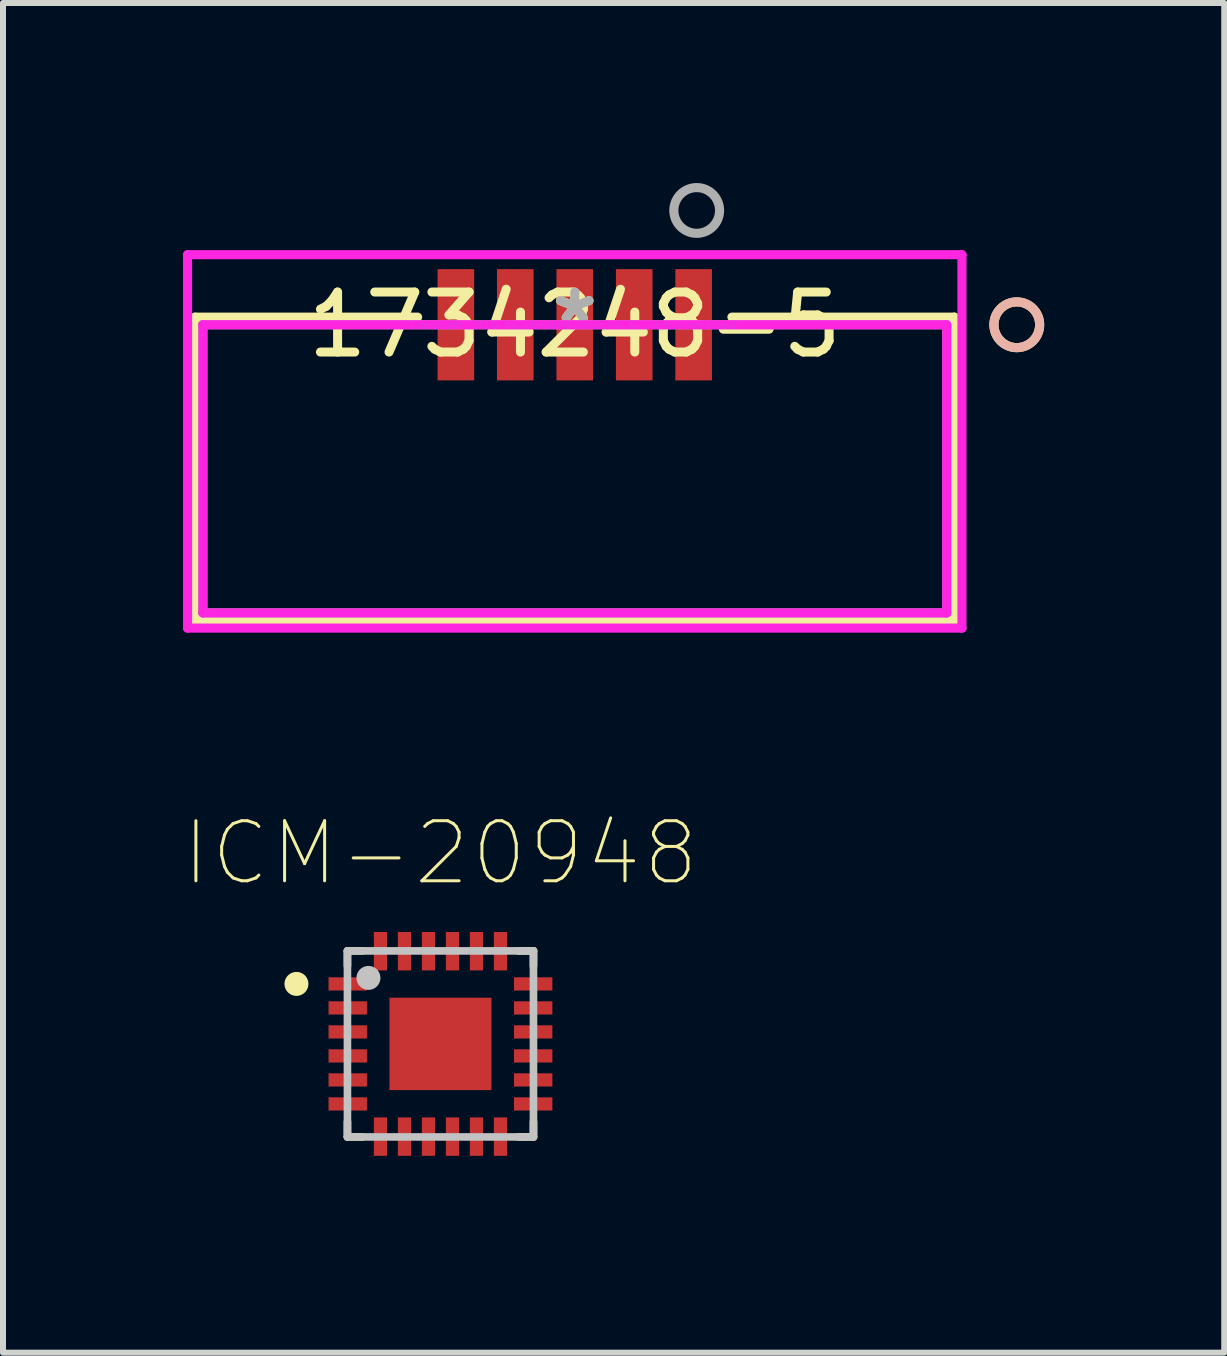
<source format=kicad_pcb>
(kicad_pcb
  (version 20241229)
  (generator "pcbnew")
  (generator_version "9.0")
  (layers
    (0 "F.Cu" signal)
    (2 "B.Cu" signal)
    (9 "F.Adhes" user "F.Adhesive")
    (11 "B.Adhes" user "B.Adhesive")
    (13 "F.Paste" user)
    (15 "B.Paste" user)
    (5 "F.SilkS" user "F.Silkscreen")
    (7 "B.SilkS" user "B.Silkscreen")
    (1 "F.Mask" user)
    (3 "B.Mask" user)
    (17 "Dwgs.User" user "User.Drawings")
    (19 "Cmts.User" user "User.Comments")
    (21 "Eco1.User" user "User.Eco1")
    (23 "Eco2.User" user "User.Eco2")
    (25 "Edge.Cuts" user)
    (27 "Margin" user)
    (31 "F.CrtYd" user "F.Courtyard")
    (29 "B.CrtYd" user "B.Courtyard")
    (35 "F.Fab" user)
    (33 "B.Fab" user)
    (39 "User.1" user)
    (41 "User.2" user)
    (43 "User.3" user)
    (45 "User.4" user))
  (footprint "ICM-20948"
    (layer "F.Cu")
    (at 4.29 14.346)
    (property "Reference" "ICM-20948" (at 0 -3.179 0) (layer "F.SilkS") (effects (font (size 1.001 1.001) (thickness 0.05))))
    (attr smd)
    (fp_line (start -1.55 -1.55) (end -1.55 -1.3) (stroke (width 0.127) (type solid)) (layer "F.SilkS"))
    (fp_line (start -1.55 1.3) (end -1.55 1.55) (stroke (width 0.127) (type solid)) (layer "F.SilkS"))
    (fp_line (start -1.55 1.55) (end -1.3 1.55) (stroke (width 0.127) (type solid)) (layer "F.SilkS"))
    (fp_line (start -1.3 -1.55) (end -1.55 -1.55) (stroke (width 0.127) (type solid)) (layer "F.SilkS"))
    (fp_line (start 1.3 -1.55) (end 1.55 -1.55) (stroke (width 0.127) (type solid)) (layer "F.SilkS"))
    (fp_line (start 1.55 -1.55) (end 1.55 -1.3) (stroke (width 0.127) (type solid)) (layer "F.SilkS"))
    (fp_line (start 1.55 1.3) (end 1.55 1.55) (stroke (width 0.127) (type solid)) (layer "F.SilkS"))
    (fp_line (start 1.55 1.55) (end 1.3 1.55) (stroke (width 0.127) (type solid)) (layer "F.SilkS"))
    (fp_circle (center -2.4 -1) (end -2.3 -1) (stroke (width 0.2) (type solid)) (fill no) (layer "F.SilkS"))
    (fp_poly (pts (xy -0.691 0.08) (xy -0.08 0.08) (xy -0.08 0.611) (xy -0.691 0.611)) (stroke (width 0) (type solid)) (fill yes) (layer "F.Paste"))
    (fp_poly (pts (xy -0.69 -0.61) (xy -0.08 -0.61) (xy -0.08 -0.08) (xy -0.69 -0.08)) (stroke (width 0) (type solid)) (fill yes) (layer "F.Paste"))
    (fp_poly (pts (xy 0.08 0.08) (xy 0.69 0.08) (xy 0.69 0.61) (xy 0.08 0.61)) (stroke (width 0) (type solid)) (fill yes) (layer "F.Paste"))
    (fp_poly (pts (xy 0.08 -0.61) (xy 0.69 -0.61) (xy 0.69 -0.08) (xy 0.08 -0.08)) (stroke (width 0) (type solid)) (fill yes) (layer "F.Paste"))
    (fp_line (start -1.55 -1.55) (end 1.55 -1.55) (stroke (width 0.127) (type solid)) (layer "Dwgs.User"))
    (fp_line (start -1.55 1.55) (end -1.55 -1.55) (stroke (width 0.127) (type solid)) (layer "Dwgs.User"))
    (fp_line (start 1.55 -1.55) (end 1.55 1.55) (stroke (width 0.127) (type solid)) (layer "Dwgs.User"))
    (fp_line (start 1.55 1.55) (end -1.55 1.55) (stroke (width 0.127) (type solid)) (layer "Dwgs.User"))
    (fp_circle (center -1.2 -1.1) (end -1.1 -1.1) (stroke (width 0.2) (type solid)) (fill no) (layer "Dwgs.User"))
    (fp_line (start -2.12 -2.12) (end 2.12 -2.12) (stroke (width 0.05) (type solid)) (layer "Eco1.User"))
    (fp_line (start -2.12 2.12) (end -2.12 -2.12) (stroke (width 0.05) (type solid)) (layer "Eco1.User"))
    (fp_line (start 2.12 -2.12) (end 2.12 2.12) (stroke (width 0.05) (type solid)) (layer "Eco1.User"))
    (fp_line (start 2.12 2.12) (end -2.12 2.12) (stroke (width 0.05) (type solid)) (layer "Eco1.User"))
    (pad "1" smd rect (at -1.545 -1) (size 0.64 0.22) (layers "F.Cu" "F.Mask" "F.Paste"))
    (pad "2" smd rect (at -1.545 -0.6) (size 0.64 0.22) (layers "F.Cu" "F.Mask" "F.Paste"))
    (pad "3" smd rect (at -1.545 -0.2) (size 0.64 0.22) (layers "F.Cu" "F.Mask" "F.Paste"))
    (pad "4" smd rect (at -1.545 0.2) (size 0.64 0.22) (layers "F.Cu" "F.Mask" "F.Paste"))
    (pad "5" smd rect (at -1.545 0.6) (size 0.64 0.22) (layers "F.Cu" "F.Mask" "F.Paste"))
    (pad "6" smd rect (at -1.545 1) (size 0.64 0.22) (layers "F.Cu" "F.Mask" "F.Paste"))
    (pad "7" smd rect (at -1 1.545 90) (size 0.64 0.22) (layers "F.Cu" "F.Mask" "F.Paste"))
    (pad "8" smd rect (at -0.6 1.545 90) (size 0.64 0.22) (layers "F.Cu" "F.Mask" "F.Paste"))
    (pad "9" smd rect (at -0.2 1.545 90) (size 0.64 0.22) (layers "F.Cu" "F.Mask" "F.Paste"))
    (pad "10" smd rect (at 0.2 1.545 90) (size 0.64 0.22) (layers "F.Cu" "F.Mask" "F.Paste"))
    (pad "11" smd rect (at 0.6 1.545 90) (size 0.64 0.22) (layers "F.Cu" "F.Mask" "F.Paste"))
    (pad "12" smd rect (at 1 1.545 90) (size 0.64 0.22) (layers "F.Cu" "F.Mask" "F.Paste"))
    (pad "13" smd rect (at 1.545 1 180) (size 0.64 0.22) (layers "F.Cu" "F.Mask" "F.Paste"))
    (pad "14" smd rect (at 1.545 0.6 180) (size 0.64 0.22) (layers "F.Cu" "F.Mask" "F.Paste"))
    (pad "15" smd rect (at 1.545 0.2 180) (size 0.64 0.22) (layers "F.Cu" "F.Mask" "F.Paste"))
    (pad "16" smd rect (at 1.545 -0.2 180) (size 0.64 0.22) (layers "F.Cu" "F.Mask" "F.Paste"))
    (pad "17" smd rect (at 1.545 -0.6 180) (size 0.64 0.22) (layers "F.Cu" "F.Mask" "F.Paste"))
    (pad "18" smd rect (at 1.545 -1 180) (size 0.64 0.22) (layers "F.Cu" "F.Mask" "F.Paste"))
    (pad "19" smd rect (at 1 -1.545 270) (size 0.64 0.22) (layers "F.Cu" "F.Mask" "F.Paste"))
    (pad "20" smd rect (at 0.6 -1.545 270) (size 0.64 0.22) (layers "F.Cu" "F.Mask" "F.Paste"))
    (pad "21" smd rect (at 0.2 -1.545 270) (size 0.64 0.22) (layers "F.Cu" "F.Mask" "F.Paste"))
    (pad "22" smd rect (at -0.2 -1.545 270) (size 0.64 0.22) (layers "F.Cu" "F.Mask" "F.Paste"))
    (pad "23" smd rect (at -0.6 -1.545 270) (size 0.64 0.22) (layers "F.Cu" "F.Mask" "F.Paste"))
    (pad "24" smd rect (at -1 -1.545 270) (size 0.64 0.22) (layers "F.Cu" "F.Mask" "F.Paste"))
    (pad "25" smd rect (at 0 0 90) (size 1.54 1.7) (layers "F.Cu" "F.Mask" "F.Paste")))
  (footprint "1734248-5"
    (layer "F.Cu")
    (at 6.528 2.362)
    (property "Reference" "1734248-5" (at 0 0 0) (layer "F.SilkS") (effects (font (size 1 1) (thickness 0.15))))
    (attr through_hole)
    (fp_line (start -6.325 -0.127) (end -6.325 4.928) (stroke (width 0.152) (type solid)) (layer "F.SilkS"))
    (fp_line (start -6.325 4.928) (end 6.325 4.928) (stroke (width 0.152) (type solid)) (layer "F.SilkS"))
    (fp_line (start -2.619 -0.127) (end -6.325 -0.127) (stroke (width 0.152) (type solid)) (layer "F.SilkS"))
    (fp_line (start 6.325 -0.127) (end 2.619 -0.127) (stroke (width 0.152) (type solid)) (layer "F.SilkS"))
    (fp_line (start 6.325 4.928) (end 6.325 -0.127) (stroke (width 0.152) (type solid)) (layer "F.SilkS"))
    (fp_circle (center 7.366 0) (end 7.747 0) (stroke (width 0.152) (type solid)) (fill no) (layer "F.SilkS"))
    (fp_circle (center 7.366 0) (end 7.747 0) (stroke (width 0.152) (type solid)) (fill no) (layer "B.SilkS"))
    (fp_line (start -6.452 -1.168) (end -6.452 5.055) (stroke (width 0.152) (type solid)) (layer "F.CrtYd"))
    (fp_line (start -6.452 5.055) (end 6.452 5.055) (stroke (width 0.152) (type solid)) (layer "F.CrtYd"))
    (fp_line (start -6.198 0) (end -6.198 4.801) (stroke (width 0.152) (type solid)) (layer "F.CrtYd"))
    (fp_line (start -6.198 4.801) (end 6.198 4.801) (stroke (width 0.152) (type solid)) (layer "F.CrtYd"))
    (fp_line (start 6.198 0) (end -6.198 0) (stroke (width 0.152) (type solid)) (layer "F.CrtYd"))
    (fp_line (start 6.198 4.801) (end 6.198 0) (stroke (width 0.152) (type solid)) (layer "F.CrtYd"))
    (fp_line (start 6.452 -1.168) (end -6.452 -1.168) (stroke (width 0.152) (type solid)) (layer "F.CrtYd"))
    (fp_line (start 6.452 5.055) (end 6.452 -1.168) (stroke (width 0.152) (type solid)) (layer "F.CrtYd"))
    (fp_line (start -6.198 0) (end -6.198 4.801) (stroke (width 0.152) (type solid)) (layer "F.Fab"))
    (fp_line (start -6.198 4.801) (end 6.198 4.801) (stroke (width 0.152) (type solid)) (layer "F.Fab"))
    (fp_line (start 6.198 0) (end -6.198 0) (stroke (width 0.152) (type solid)) (layer "F.Fab"))
    (fp_line (start 6.198 4.801) (end 6.198 0) (stroke (width 0.152) (type solid)) (layer "F.Fab"))
    (fp_circle (center 2.032 -1.905) (end 2.413 -1.905) (stroke (width 0.152) (type solid)) (fill no) (layer "F.Fab"))
    (fp_text user "*" (at 0 0 0) (layer "F.SilkS") (effects (font (size 1 1) (thickness 0.15))))
    (fp_text user "Copyright 2016 Accelerated Designs. All rights reserved." (at 0 0 0) (layer "Cmts.User") (effects (font (size 0.127 0.127) (thickness 0.002))))
    (fp_text user "*" (at 0 0 0) (layer "F.Fab") (effects (font (size 1 1) (thickness 0.15))))
    (pad "1" smd rect (at 1.981 0) (size 0.61 1.854) (layers "F.Cu" "F.Mask" "F.Paste"))
    (pad "2" smd rect (at 0.991 0) (size 0.61 1.854) (layers "F.Cu" "F.Mask" "F.Paste"))
    (pad "3" smd rect (at 0 0) (size 0.61 1.854) (layers "F.Cu" "F.Mask" "F.Paste"))
    (pad "4" smd rect (at -0.991 0) (size 0.61 1.854) (layers "F.Cu" "F.Mask" "F.Paste"))
    (pad "5" smd rect (at -1.981 0) (size 0.61 1.854) (layers "F.Cu" "F.Mask" "F.Paste")))
  (gr_rect
    (start -3 -3)
    (end 17.351 19.491)
    (stroke (width 0.1) (type default))
    (fill no)
    (layer "Edge.Cuts")))
</source>
